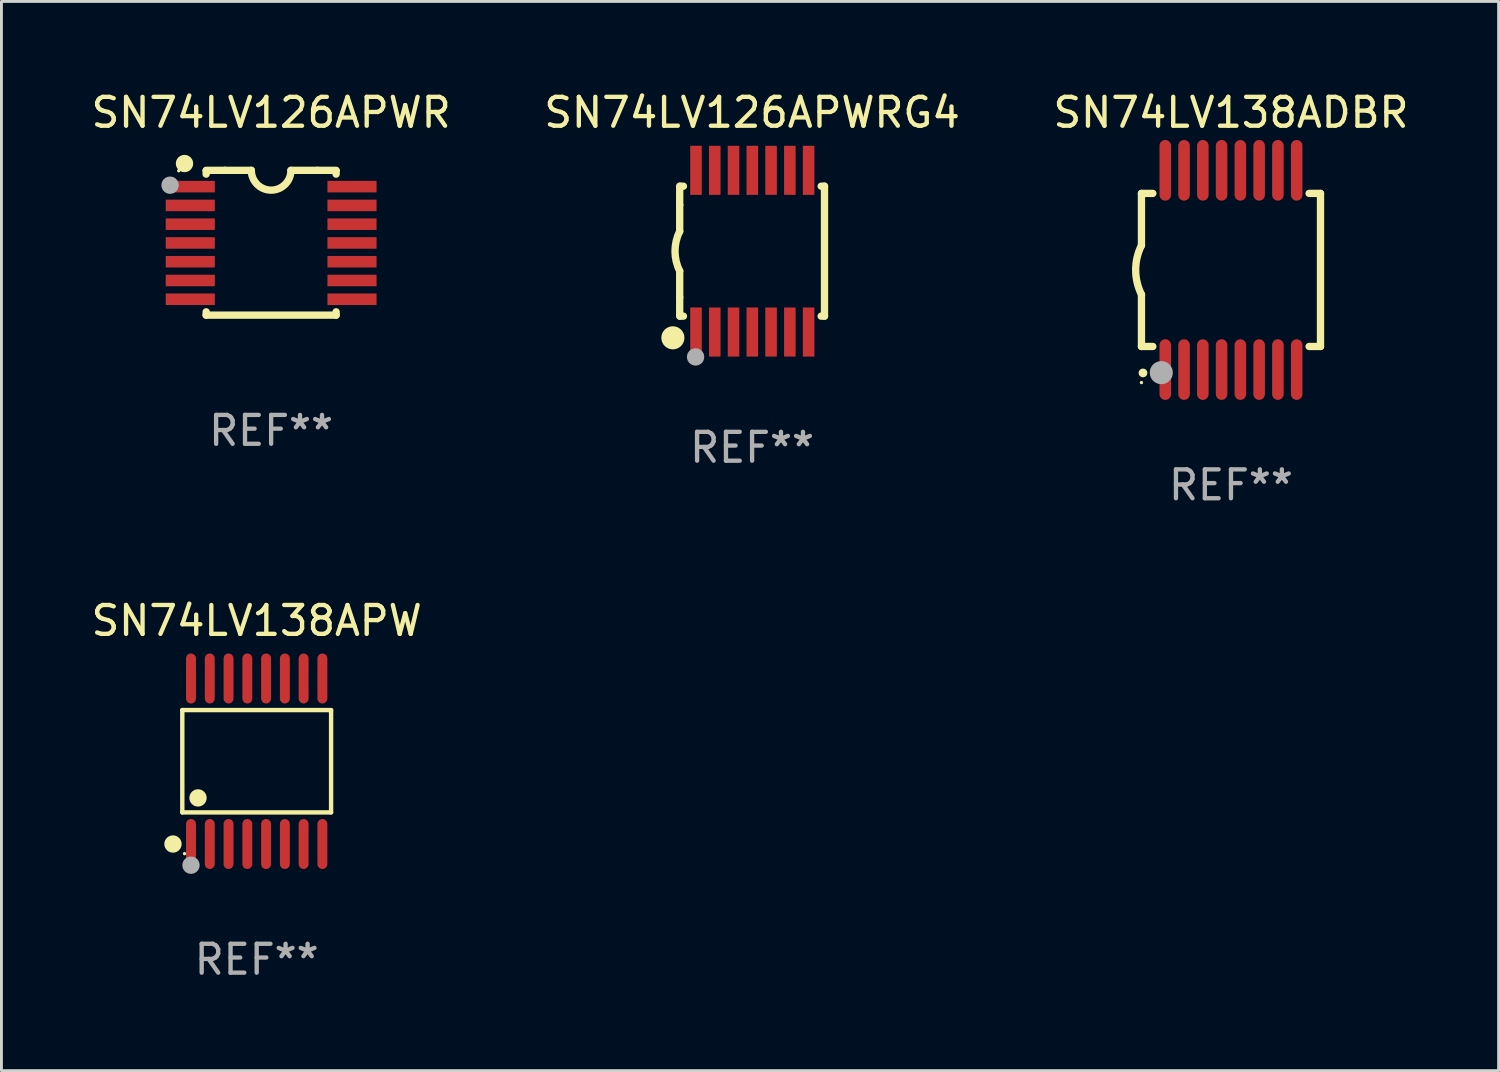
<source format=kicad_pcb>
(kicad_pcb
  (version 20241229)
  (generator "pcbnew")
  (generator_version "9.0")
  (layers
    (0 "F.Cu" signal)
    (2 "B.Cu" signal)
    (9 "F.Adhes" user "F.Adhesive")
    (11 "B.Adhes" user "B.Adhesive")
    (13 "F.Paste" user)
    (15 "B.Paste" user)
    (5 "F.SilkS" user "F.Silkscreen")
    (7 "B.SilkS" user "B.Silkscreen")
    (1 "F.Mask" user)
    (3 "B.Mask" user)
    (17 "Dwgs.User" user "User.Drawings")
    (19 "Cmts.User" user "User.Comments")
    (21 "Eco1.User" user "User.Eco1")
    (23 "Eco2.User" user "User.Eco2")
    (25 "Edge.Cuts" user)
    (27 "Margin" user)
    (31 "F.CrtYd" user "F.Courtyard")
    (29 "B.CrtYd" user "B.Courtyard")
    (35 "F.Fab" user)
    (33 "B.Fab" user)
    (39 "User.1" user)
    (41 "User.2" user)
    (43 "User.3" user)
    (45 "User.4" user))
  (footprint "SN74LV126APWR"
    (layer "F.Cu")
    (at 6.339 5.356)
    (property "Reference" "SN74LV126APWR" (at 0 -4.507 0) (layer "F.SilkS") (effects (font (size 1 1) (thickness 0.15))))
    (attr through_hole)
    (fp_line (start -2.25 -2.377) (end -2.25 -2.493) (stroke (width 0.254) (type solid)) (layer "F.SilkS"))
    (fp_line (start -2.25 2.507) (end -2.25 2.392) (stroke (width 0.254) (type solid)) (layer "F.SilkS"))
    (fp_line (start -1.6 -2.507) (end -2.25 -2.507) (stroke (width 0.254) (type solid)) (layer "F.SilkS"))
    (fp_line (start -1.6 -2.507) (end -0.686 -2.507) (stroke (width 0.254) (type solid)) (layer "F.SilkS"))
    (fp_line (start 0.686 -2.507) (end 1.6 -2.507) (stroke (width 0.254) (type solid)) (layer "F.SilkS"))
    (fp_line (start 1.6 -2.507) (end 2.25 -2.507) (stroke (width 0.254) (type solid)) (layer "F.SilkS"))
    (fp_line (start 2.25 -2.493) (end 2.25 -2.377) (stroke (width 0.254) (type solid)) (layer "F.SilkS"))
    (fp_line (start 2.25 2.392) (end 2.25 2.507) (stroke (width 0.254) (type solid)) (layer "F.SilkS"))
    (fp_line (start 2.25 2.507) (end -2.25 2.507) (stroke (width 0.254) (type solid)) (layer "F.SilkS"))
    (fp_arc (start 0.685852 -2.507303) (mid 0.000051 -1.821502) (end -0.68575 -2.507303) (stroke (width 0.254001) (type solid)) (layer "F.SilkS"))
    (fp_circle (center -3.2 -2.493) (end -3.17 -2.493) (stroke (width 0.06) (type solid)) (fill no) (layer "F.SilkS"))
    (fp_circle (center -3 -2.743) (end -2.85 -2.743) (stroke (width 0.3) (type solid)) (fill no) (layer "F.SilkS"))
    (fp_circle (center -3.5 -1.993) (end -3.35 -1.993) (stroke (width 0.3) (type solid)) (fill no) (layer "F.Fab"))
    (fp_text user "REF**" (at 0 6.507 0) (layer "F.Fab") (effects (font (size 1 1) (thickness 0.15))))
    (pad "1" smd rect (at -2.8 -1.943) (size 1.7 0.4) (layers "F.Cu" "F.Mask" "F.Paste"))
    (pad "2" smd rect (at -2.8 -1.293) (size 1.7 0.4) (layers "F.Cu" "F.Mask" "F.Paste"))
    (pad "3" smd rect (at -2.8 -0.643) (size 1.7 0.4) (layers "F.Cu" "F.Mask" "F.Paste"))
    (pad "4" smd rect (at -2.8 0.007) (size 1.7 0.4) (layers "F.Cu" "F.Mask" "F.Paste"))
    (pad "5" smd rect (at -2.8 0.657) (size 1.7 0.4) (layers "F.Cu" "F.Mask" "F.Paste"))
    (pad "6" smd rect (at -2.8 1.307) (size 1.7 0.4) (layers "F.Cu" "F.Mask" "F.Paste"))
    (pad "7" smd rect (at -2.8 1.957) (size 1.7 0.4) (layers "F.Cu" "F.Mask" "F.Paste"))
    (pad "8" smd rect (at 2.8 1.957) (size 1.7 0.4) (layers "F.Cu" "F.Mask" "F.Paste"))
    (pad "9" smd rect (at 2.8 1.307) (size 1.7 0.4) (layers "F.Cu" "F.Mask" "F.Paste"))
    (pad "10" smd rect (at 2.8 0.657) (size 1.7 0.4) (layers "F.Cu" "F.Mask" "F.Paste"))
    (pad "11" smd rect (at 2.8 0.007) (size 1.7 0.4) (layers "F.Cu" "F.Mask" "F.Paste"))
    (pad "12" smd rect (at 2.8 -0.643) (size 1.7 0.4) (layers "F.Cu" "F.Mask" "F.Paste"))
    (pad "13" smd rect (at 2.8 -1.293) (size 1.7 0.4) (layers "F.Cu" "F.Mask" "F.Paste"))
    (pad "14" smd rect (at 2.8 -1.943) (size 1.7 0.4) (layers "F.Cu" "F.Mask" "F.Paste")))
  (footprint "SN74LV138ADBR"
    (layer "F.Cu")
    (at 39.577 6.298)
    (property "Reference" "SN74LV138ADBR" (at 0 -5.45 0) (layer "F.SilkS") (effects (font (size 1 1) (thickness 0.15))))
    (attr through_hole)
    (fp_line (start -3.1 -2.65) (end -3.1 -0.85) (stroke (width 0.254) (type solid)) (layer "F.SilkS"))
    (fp_line (start -3.1 -2.65) (end -2.706 -2.65) (stroke (width 0.254) (type solid)) (layer "F.SilkS"))
    (fp_line (start -3.1 2.65) (end -3.1 0.85) (stroke (width 0.254) (type solid)) (layer "F.SilkS"))
    (fp_line (start -3.1 2.65) (end -2.706 2.65) (stroke (width 0.254) (type solid)) (layer "F.SilkS"))
    (fp_line (start 2.706 -2.65) (end 3.1 -2.65) (stroke (width 0.254) (type solid)) (layer "F.SilkS"))
    (fp_line (start 2.706 2.65) (end 3.1 2.65) (stroke (width 0.254) (type solid)) (layer "F.SilkS"))
    (fp_line (start 3.1 -2.65) (end 3.1 2.65) (stroke (width 0.254) (type solid)) (layer "F.SilkS"))
    (fp_arc (start -3.098907 0.850902) (mid -3.300057 0.000523) (end -3.1 -0.850114) (stroke (width 0.254001) (type solid)) (layer "F.SilkS"))
    (fp_arc (start -3.048006 3.566066) (mid -3.046736 3.566061) (end -3.045466 3.566066) (stroke (width 0.3) (type solid)) (layer "F.SilkS"))
    (fp_circle (center -3.1 3.9) (end -3.07 3.9) (stroke (width 0.06) (type solid)) (fill no) (layer "F.SilkS"))
    (fp_circle (center -2.413 3.556) (end -2.213 3.556) (stroke (width 0.4) (type solid)) (fill no) (layer "F.Fab"))
    (fp_text user "REF**" (at 0 7.45 0) (layer "F.Fab") (effects (font (size 1 1) (thickness 0.15))))
    (pad "1" smd oval (at -2.275 3.45 180) (size 0.4 2.1) (layers "F.Cu" "F.Mask" "F.Paste"))
    (pad "2" smd oval (at -1.625 3.45 180) (size 0.4 2.1) (layers "F.Cu" "F.Mask" "F.Paste"))
    (pad "3" smd oval (at -0.975 3.45 180) (size 0.4 2.1) (layers "F.Cu" "F.Mask" "F.Paste"))
    (pad "4" smd oval (at -0.325 3.45 180) (size 0.4 2.1) (layers "F.Cu" "F.Mask" "F.Paste"))
    (pad "5" smd oval (at 0.325 3.45 180) (size 0.4 2.1) (layers "F.Cu" "F.Mask" "F.Paste"))
    (pad "6" smd oval (at 0.975 3.45 180) (size 0.4 2.1) (layers "F.Cu" "F.Mask" "F.Paste"))
    (pad "7" smd oval (at 1.625 3.45 180) (size 0.4 2.1) (layers "F.Cu" "F.Mask" "F.Paste"))
    (pad "8" smd oval (at 2.275 3.45 180) (size 0.4 2.1) (layers "F.Cu" "F.Mask" "F.Paste"))
    (pad "9" smd oval (at 2.275 -3.45 180) (size 0.4 2.1) (layers "F.Cu" "F.Mask" "F.Paste"))
    (pad "10" smd oval (at 1.625 -3.45 180) (size 0.4 2.1) (layers "F.Cu" "F.Mask" "F.Paste"))
    (pad "11" smd oval (at 0.975 -3.45 180) (size 0.4 2.1) (layers "F.Cu" "F.Mask" "F.Paste"))
    (pad "12" smd oval (at 0.325 -3.45 180) (size 0.4 2.1) (layers "F.Cu" "F.Mask" "F.Paste"))
    (pad "13" smd oval (at -0.325 -3.45 180) (size 0.4 2.1) (layers "F.Cu" "F.Mask" "F.Paste"))
    (pad "14" smd oval (at -0.975 -3.45 180) (size 0.4 2.1) (layers "F.Cu" "F.Mask" "F.Paste"))
    (pad "15" smd oval (at -1.625 -3.45 180) (size 0.4 2.1) (layers "F.Cu" "F.Mask" "F.Paste"))
    (pad "16" smd oval (at -2.275 -3.45 180) (size 0.4 2.1) (layers "F.Cu" "F.Mask" "F.Paste")))
  (footprint "SN74LV138APW"
    (layer "F.Cu")
    (at 5.839 23.311)
    (property "Reference" "SN74LV138APW" (at 0 -4.866 0) (layer "F.SilkS") (effects (font (size 1 1) (thickness 0.15))))
    (attr through_hole)
    (fp_line (start -2.576 -1.772) (end 2.576 -1.772) (stroke (width 0.152) (type solid)) (layer "F.SilkS"))
    (fp_line (start -2.576 1.771) (end -2.576 -1.772) (stroke (width 0.152) (type solid)) (layer "F.SilkS"))
    (fp_line (start 2.576 -1.772) (end 2.576 1.771) (stroke (width 0.152) (type solid)) (layer "F.SilkS"))
    (fp_line (start 2.576 1.771) (end -2.576 1.771) (stroke (width 0.152) (type solid)) (layer "F.SilkS"))
    (fp_circle (center -2.899 2.866) (end -2.749 2.866) (stroke (width 0.3) (type solid)) (fill no) (layer "F.SilkS"))
    (fp_circle (center -2.5 3.2) (end -2.47 3.2) (stroke (width 0.06) (type solid)) (fill no) (layer "F.SilkS"))
    (fp_circle (center -2.032 1.27) (end -1.882 1.27) (stroke (width 0.3) (type solid)) (fill no) (layer "F.SilkS"))
    (fp_circle (center -2.275 3.6) (end -2.125 3.6) (stroke (width 0.3) (type solid)) (fill no) (layer "F.Fab"))
    (fp_text user "REF**" (at 0 6.866 0) (layer "F.Fab") (effects (font (size 1 1) (thickness 0.15))))
    (pad "1" smd oval (at -2.275 2.866) (size 0.343 1.731) (layers "F.Cu" "F.Mask" "F.Paste"))
    (pad "2" smd oval (at -1.625 2.866) (size 0.343 1.731) (layers "F.Cu" "F.Mask" "F.Paste"))
    (pad "3" smd oval (at -0.975 2.866) (size 0.343 1.731) (layers "F.Cu" "F.Mask" "F.Paste"))
    (pad "4" smd oval (at -0.325 2.866) (size 0.343 1.731) (layers "F.Cu" "F.Mask" "F.Paste"))
    (pad "5" smd oval (at 0.325 2.866) (size 0.343 1.731) (layers "F.Cu" "F.Mask" "F.Paste"))
    (pad "6" smd oval (at 0.975 2.866) (size 0.343 1.731) (layers "F.Cu" "F.Mask" "F.Paste"))
    (pad "7" smd oval (at 1.625 2.866) (size 0.343 1.731) (layers "F.Cu" "F.Mask" "F.Paste"))
    (pad "8" smd oval (at 2.275 2.866) (size 0.343 1.731) (layers "F.Cu" "F.Mask" "F.Paste"))
    (pad "9" smd oval (at 2.275 -2.866) (size 0.343 1.731) (layers "F.Cu" "F.Mask" "F.Paste"))
    (pad "10" smd oval (at 1.625 -2.866) (size 0.343 1.731) (layers "F.Cu" "F.Mask" "F.Paste"))
    (pad "11" smd oval (at 0.975 -2.866) (size 0.343 1.731) (layers "F.Cu" "F.Mask" "F.Paste"))
    (pad "12" smd oval (at 0.325 -2.866) (size 0.343 1.731) (layers "F.Cu" "F.Mask" "F.Paste"))
    (pad "13" smd oval (at -0.325 -2.866) (size 0.343 1.731) (layers "F.Cu" "F.Mask" "F.Paste"))
    (pad "14" smd oval (at -0.975 -2.866) (size 0.343 1.731) (layers "F.Cu" "F.Mask" "F.Paste"))
    (pad "15" smd oval (at -1.625 -2.866) (size 0.343 1.731) (layers "F.Cu" "F.Mask" "F.Paste"))
    (pad "16" smd oval (at -2.275 -2.866) (size 0.343 1.731) (layers "F.Cu" "F.Mask" "F.Paste")))
  (footprint "SN74LV126APWRG4"
    (layer "F.Cu")
    (at 22.994 5.648)
    (property "Reference" "SN74LV126APWRG4" (at 0 -4.8 0) (layer "F.SilkS") (effects (font (size 1 1) (thickness 0.15))))
    (attr through_hole)
    (fp_line (start -2.507 -1.6) (end -2.507 -2.25) (stroke (width 0.254) (type solid)) (layer "F.SilkS"))
    (fp_line (start -2.507 -0.686) (end -2.507 -1.6) (stroke (width 0.254) (type solid)) (layer "F.SilkS"))
    (fp_line (start -2.507 1.6) (end -2.507 0.686) (stroke (width 0.254) (type solid)) (layer "F.SilkS"))
    (fp_line (start -2.507 1.6) (end -2.507 2.25) (stroke (width 0.254) (type solid)) (layer "F.SilkS"))
    (fp_line (start -2.493 -2.25) (end -2.377 -2.25) (stroke (width 0.254) (type solid)) (layer "F.SilkS"))
    (fp_line (start -2.377 2.25) (end -2.493 2.25) (stroke (width 0.254) (type solid)) (layer "F.SilkS"))
    (fp_line (start 2.392 -2.25) (end 2.507 -2.25) (stroke (width 0.254) (type solid)) (layer "F.SilkS"))
    (fp_line (start 2.507 -2.25) (end 2.507 2.25) (stroke (width 0.254) (type solid)) (layer "F.SilkS"))
    (fp_line (start 2.507 2.25) (end 2.392 2.25) (stroke (width 0.254) (type solid)) (layer "F.SilkS"))
    (fp_arc (start -2.507303 0.685802) (mid -2.669199 0) (end -2.507303 -0.685801) (stroke (width 0.254001) (type solid)) (layer "F.SilkS"))
    (fp_circle (center -2.743 3) (end -2.543 3) (stroke (width 0.4) (type solid)) (fill no) (layer "F.SilkS"))
    (fp_circle (center -2.493 3.2) (end -2.463 3.2) (stroke (width 0.06) (type solid)) (fill no) (layer "F.SilkS"))
    (fp_circle (center -1.957 3.662) (end -1.807 3.662) (stroke (width 0.3) (type solid)) (fill no) (layer "F.Fab"))
    (fp_text user "REF**" (at 0 6.8 0) (layer "F.Fab") (effects (font (size 1 1) (thickness 0.15))))
    (pad "1" smd rect (at -1.943 2.8) (size 0.4 1.7) (layers "F.Cu" "F.Mask" "F.Paste"))
    (pad "2" smd rect (at -1.293 2.8) (size 0.4 1.7) (layers "F.Cu" "F.Mask" "F.Paste"))
    (pad "3" smd rect (at -0.643 2.8) (size 0.4 1.7) (layers "F.Cu" "F.Mask" "F.Paste"))
    (pad "4" smd rect (at 0.007 2.8) (size 0.4 1.7) (layers "F.Cu" "F.Mask" "F.Paste"))
    (pad "5" smd rect (at 0.657 2.8) (size 0.4 1.7) (layers "F.Cu" "F.Mask" "F.Paste"))
    (pad "6" smd rect (at 1.307 2.8) (size 0.4 1.7) (layers "F.Cu" "F.Mask" "F.Paste"))
    (pad "7" smd rect (at 1.957 2.8) (size 0.4 1.7) (layers "F.Cu" "F.Mask" "F.Paste"))
    (pad "8" smd rect (at 1.957 -2.8) (size 0.4 1.7) (layers "F.Cu" "F.Mask" "F.Paste"))
    (pad "9" smd rect (at 1.307 -2.8) (size 0.4 1.7) (layers "F.Cu" "F.Mask" "F.Paste"))
    (pad "10" smd rect (at 0.657 -2.8) (size 0.4 1.7) (layers "F.Cu" "F.Mask" "F.Paste"))
    (pad "11" smd rect (at 0.007 -2.8) (size 0.4 1.7) (layers "F.Cu" "F.Mask" "F.Paste"))
    (pad "12" smd rect (at -0.643 -2.8) (size 0.4 1.7) (layers "F.Cu" "F.Mask" "F.Paste"))
    (pad "13" smd rect (at -1.293 -2.8) (size 0.4 1.7) (layers "F.Cu" "F.Mask" "F.Paste"))
    (pad "14" smd rect (at -1.943 -2.8) (size 0.4 1.7) (layers "F.Cu" "F.Mask" "F.Paste")))
  (gr_rect
    (start -3 -3)
    (end 48.845 34.025)
    (stroke (width 0.1) (type default))
    (fill no)
    (layer "Edge.Cuts")))
</source>
